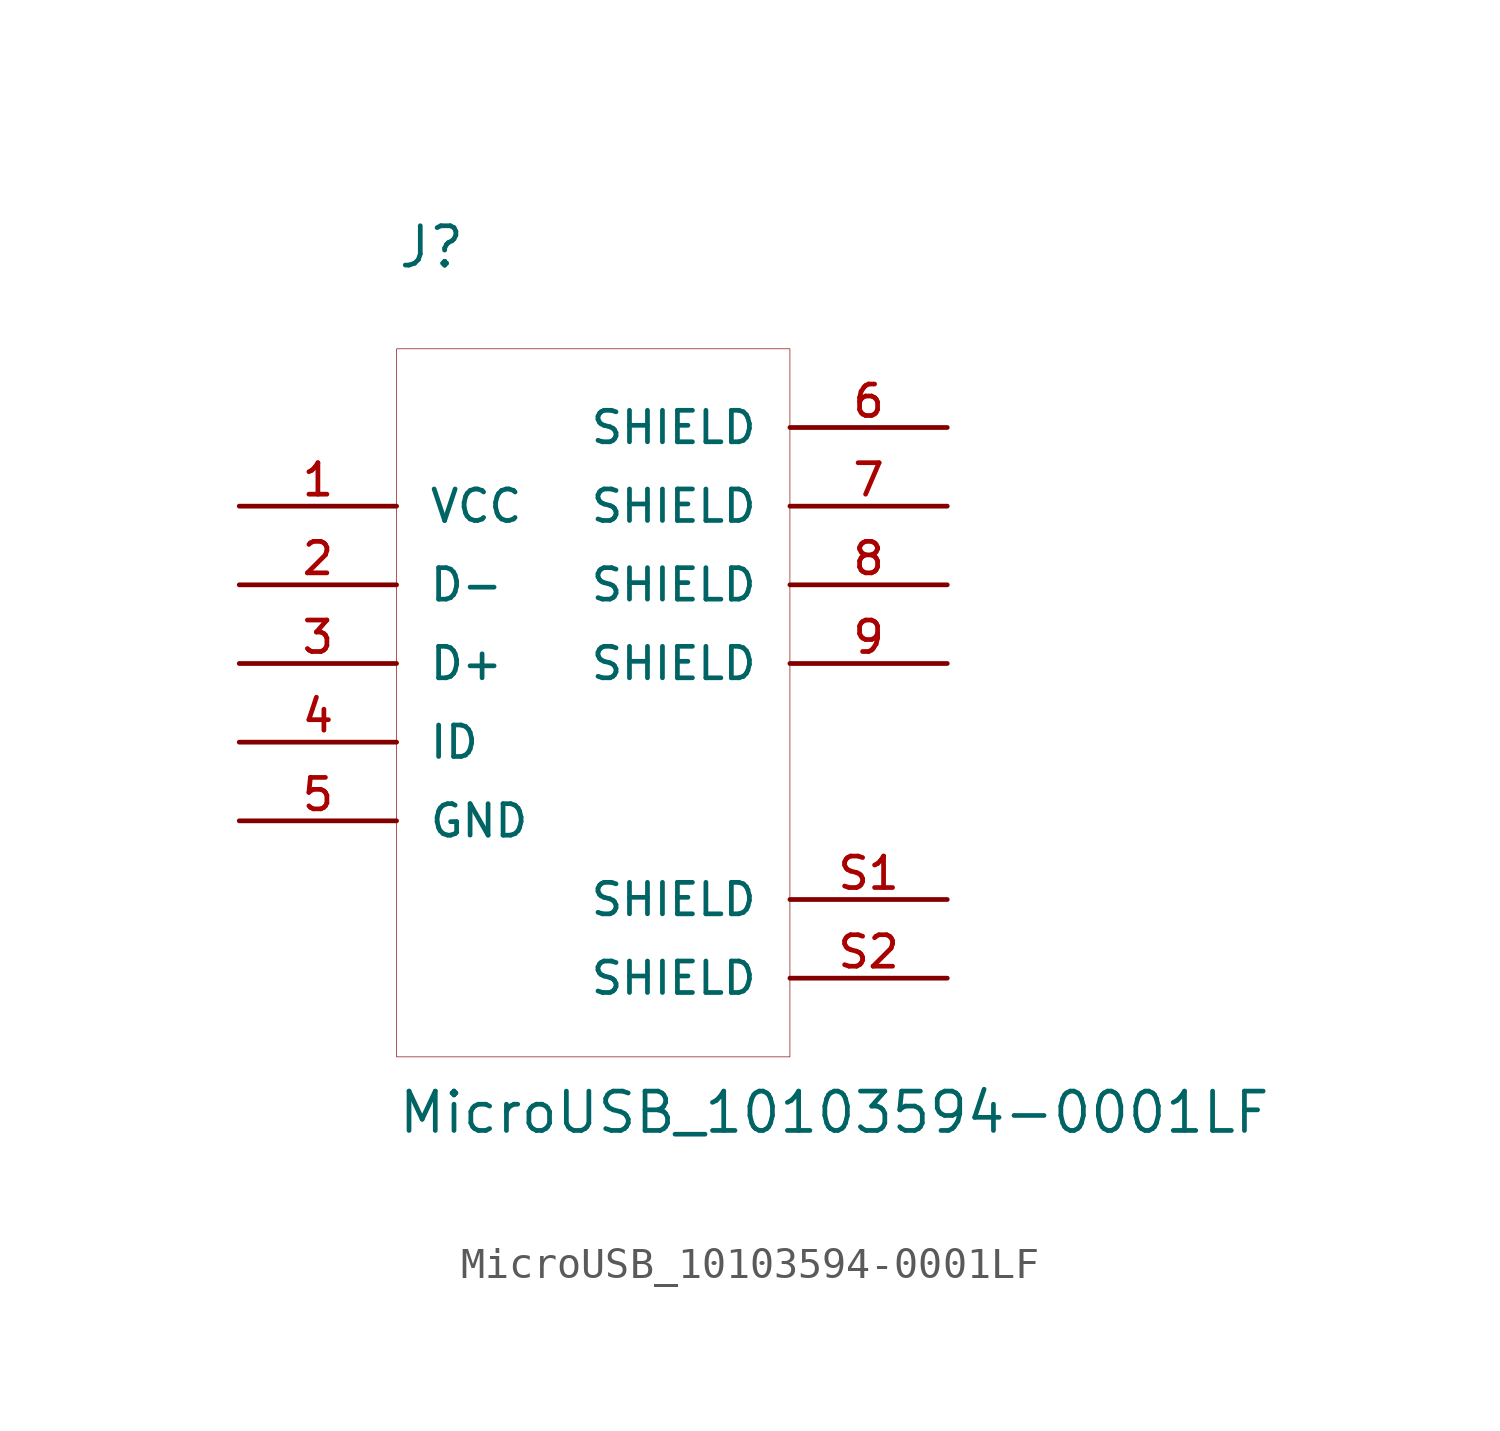
<source format=kicad_sym>
(kicad_symbol_lib
  (version 20201005)
  (generator kicad_symbol_editor)
  (symbol "VK0:MicroUSB_10103594-0001LF"
    (pin_names
      (offset 1.016))
    (property "Reference" "J"
      (at 0 2.54 0)
      (effects (font (size 1.27 1.27)) (justify left bottom)))
    (property "Value" "MicroUSB_10103594-0001LF"
      (at 0 -25.4 0)
      (effects (font (size 1.27 1.27)) (justify left bottom)))
    (property "ki_locked" ""
      (at 0 0 0)
      (effects (font (size 1.27 1.27))))
    (symbol "MicroUSB_10103594-0001LF_1_1"
      (rectangle (start 0 0) (end 12.7 -22.86) (stroke (width 0.001)) (fill (type none))))
    (symbol "MicroUSB_10103594-0001LF_0_0"
      (pin bidirectional line (at -5.08 -7.62 0) (length 5.08) (name "D-" (effects (font (size 1.016 1.016)))) (number "2" (effects (font (size 1.016 1.016)))))
      (pin bidirectional line (at -5.08 -10.16 0) (length 5.08) (name "D+" (effects (font (size 1.016 1.016)))) (number "3" (effects (font (size 1.016 1.016)))))
      (pin bidirectional line (at -5.08 -12.7 0) (length 5.08) (name "ID" (effects (font (size 1.016 1.016)))) (number "4" (effects (font (size 1.016 1.016)))))
      (pin power_in line (at -5.08 -5.08 0) (length 5.08) (name "VCC" (effects (font (size 1.016 1.016)))) (number "1" (effects (font (size 1.016 1.016)))))
      (pin power_in line (at -5.08 -15.24 0) (length 5.08) (name "GND" (effects (font (size 1.016 1.016)))) (number "5" (effects (font (size 1.016 1.016)))))
      (pin passive line (at 17.78 -2.54 180) (length 5.08) (name "SHIELD" (effects (font (size 1.016 1.016)))) (number "6" (effects (font (size 1.016 1.016)))))
      (pin passive line (at 17.78 -5.08 180) (length 5.08) (name "SHIELD" (effects (font (size 1.016 1.016)))) (number "7" (effects (font (size 1.016 1.016)))))
      (pin passive line (at 17.78 -7.62 180) (length 5.08) (name "SHIELD" (effects (font (size 1.016 1.016)))) (number "8" (effects (font (size 1.016 1.016)))))
      (pin passive line (at 17.78 -10.16 180) (length 5.08) (name "SHIELD" (effects (font (size 1.016 1.016)))) (number "9" (effects (font (size 1.016 1.016)))))
      (pin passive line (at 17.78 -17.78 180) (length 5.08) (name "SHIELD" (effects (font (size 1.016 1.016)))) (number "S1" (effects (font (size 1.016 1.016)))))
      (pin passive line (at 17.78 -20.32 180) (length 5.08) (name "SHIELD" (effects (font (size 1.016 1.016)))) (number "S2" (effects (font (size 1.016 1.016))))))))
</source>
